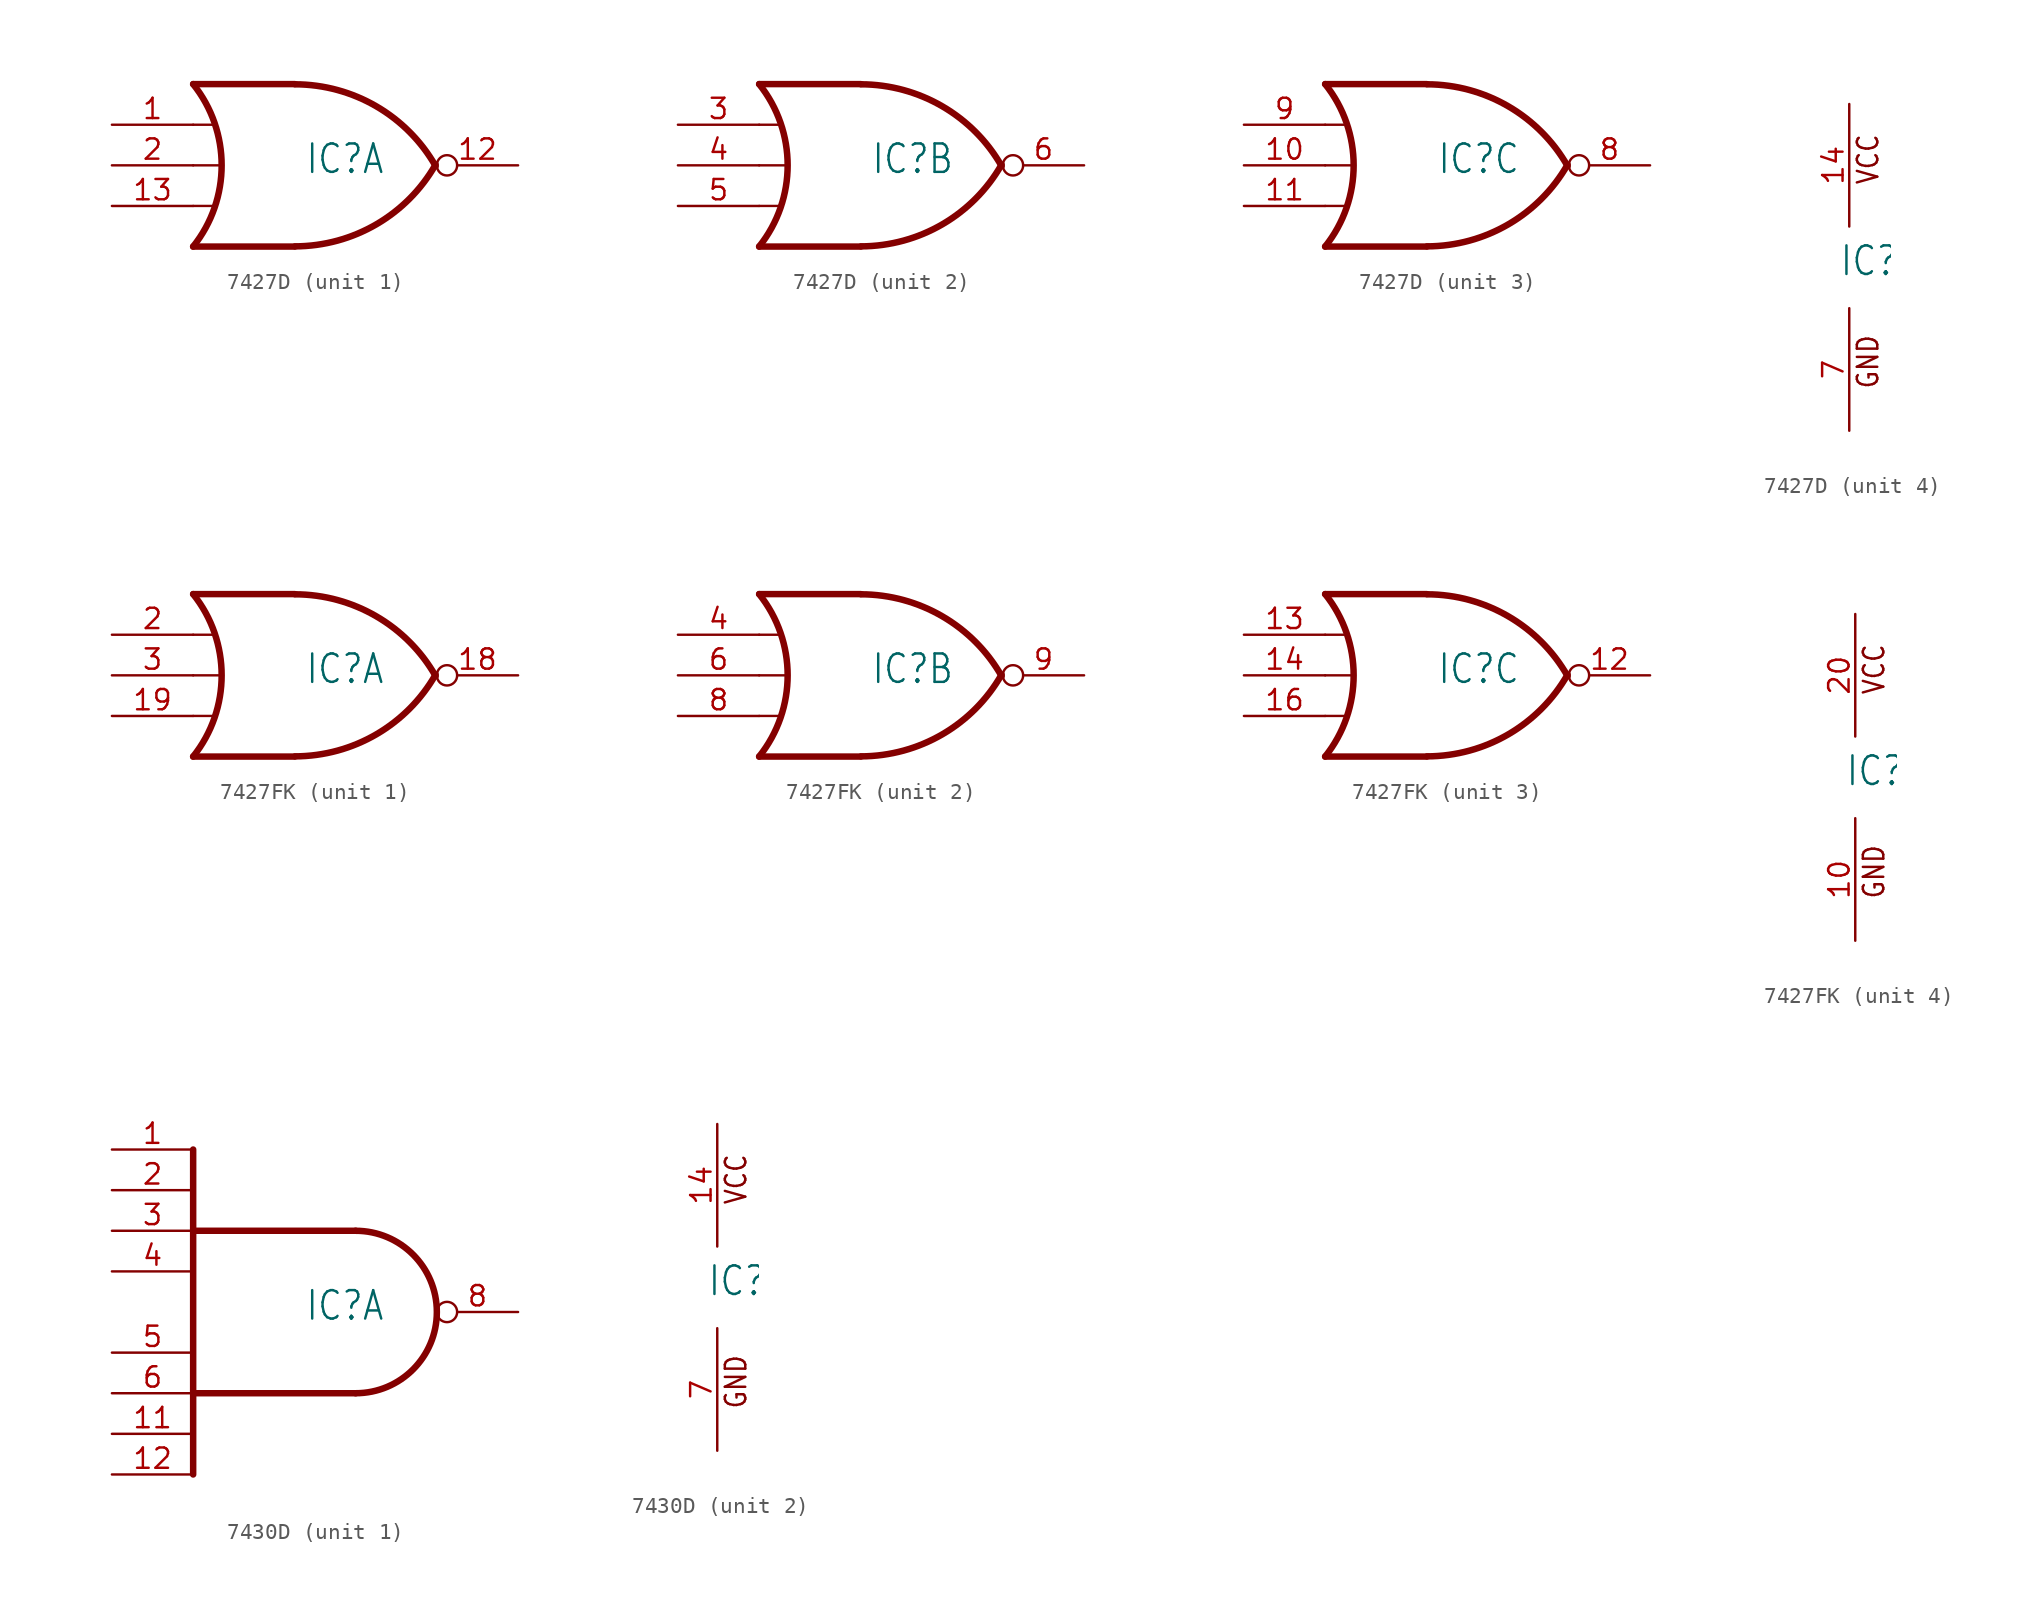
<source format=kicad_sym>
(kicad_symbol_lib
  (version 20211014)
  (generator kicad_symbol_editor)
  (symbol "7427D"
    (property "Reference" "IC"
      (at -0.635 -0.635 0)
      (effects (font (size 1.778 1.511)) (justify left bottom)))
    (property "ki_locked" ""
      (at 0 0 0)
      (effects (font (size 1.27 1.27))))
    (symbol "7427D_1_0"
      (arc (start -7.62 -5.08) (mid -5.838 0) (end -7.62 5.08) (stroke (width 0.4064) (type default) (color 0 0 0 0)) (fill (type none)))
      (arc (start -1.2446 -5.0678) (mid 3.8372 -3.689) (end 7.5439 0.0507) (stroke (width 0.4064) (type default) (color 0 0 0 0)) (fill (type none)))
      (polyline (pts (xy -7.62 -2.54) (xy -6.35 -2.54)) (stroke (width 0.152) (type default) (color 0 0 0 0)) (fill (type none)))
      (polyline (pts (xy -7.62 0) (xy -5.842 0)) (stroke (width 0.152) (type default) (color 0 0 0 0)) (fill (type none)))
      (polyline (pts (xy -7.62 2.54) (xy -6.35 2.54)) (stroke (width 0.152) (type default) (color 0 0 0 0)) (fill (type none)))
      (polyline (pts (xy -1.27 -5.08) (xy -7.62 -5.08)) (stroke (width 0.406) (type default) (color 0 0 0 0)) (fill (type none)))
      (polyline (pts (xy -1.27 5.08) (xy -7.62 5.08)) (stroke (width 0.406) (type default) (color 0 0 0 0)) (fill (type none)))
      (arc (start 7.5442 -0.0505) (mid 3.8373 3.6892) (end -1.2446 5.0678) (stroke (width 0.4064) (type default) (color 0 0 0 0)) (fill (type none)))
      (pin input line (at -12.7 2.54 0) (length 5.08) (name "I0" (effects (font (size 0 0)))) (number "1" (effects (font (size 1.27 1.27)))))
      (pin output inverted (at 12.7 0 180) (length 5.08) (name "O" (effects (font (size 0 0)))) (number "12" (effects (font (size 1.27 1.27)))))
      (pin input line (at -12.7 -2.54 0) (length 5.08) (name "I2" (effects (font (size 0 0)))) (number "13" (effects (font (size 1.27 1.27)))))
      (pin input line (at -12.7 0 0) (length 5.08) (name "I1" (effects (font (size 0 0)))) (number "2" (effects (font (size 1.27 1.27))))))
    (symbol "7427D_2_0"
      (arc (start -7.62 -5.08) (mid -5.838 0) (end -7.62 5.08) (stroke (width 0.4064) (type default) (color 0 0 0 0)) (fill (type none)))
      (arc (start -1.2446 -5.0678) (mid 3.8372 -3.689) (end 7.5439 0.0507) (stroke (width 0.4064) (type default) (color 0 0 0 0)) (fill (type none)))
      (polyline (pts (xy -7.62 -2.54) (xy -6.35 -2.54)) (stroke (width 0.152) (type default) (color 0 0 0 0)) (fill (type none)))
      (polyline (pts (xy -7.62 0) (xy -5.842 0)) (stroke (width 0.152) (type default) (color 0 0 0 0)) (fill (type none)))
      (polyline (pts (xy -7.62 2.54) (xy -6.35 2.54)) (stroke (width 0.152) (type default) (color 0 0 0 0)) (fill (type none)))
      (polyline (pts (xy -1.27 -5.08) (xy -7.62 -5.08)) (stroke (width 0.406) (type default) (color 0 0 0 0)) (fill (type none)))
      (polyline (pts (xy -1.27 5.08) (xy -7.62 5.08)) (stroke (width 0.406) (type default) (color 0 0 0 0)) (fill (type none)))
      (arc (start 7.5442 -0.0505) (mid 3.8373 3.6892) (end -1.2446 5.0678) (stroke (width 0.4064) (type default) (color 0 0 0 0)) (fill (type none)))
      (pin input line (at -12.7 2.54 0) (length 5.08) (name "I0" (effects (font (size 0 0)))) (number "3" (effects (font (size 1.27 1.27)))))
      (pin input line (at -12.7 0 0) (length 5.08) (name "I1" (effects (font (size 0 0)))) (number "4" (effects (font (size 1.27 1.27)))))
      (pin input line (at -12.7 -2.54 0) (length 5.08) (name "I2" (effects (font (size 0 0)))) (number "5" (effects (font (size 1.27 1.27)))))
      (pin output inverted (at 12.7 0 180) (length 5.08) (name "O" (effects (font (size 0 0)))) (number "6" (effects (font (size 1.27 1.27))))))
    (symbol "7427D_3_0"
      (arc (start -7.62 -5.08) (mid -5.838 0) (end -7.62 5.08) (stroke (width 0.4064) (type default) (color 0 0 0 0)) (fill (type none)))
      (arc (start -1.2446 -5.0678) (mid 3.8372 -3.689) (end 7.5439 0.0507) (stroke (width 0.4064) (type default) (color 0 0 0 0)) (fill (type none)))
      (polyline (pts (xy -7.62 -2.54) (xy -6.35 -2.54)) (stroke (width 0.152) (type default) (color 0 0 0 0)) (fill (type none)))
      (polyline (pts (xy -7.62 0) (xy -5.842 0)) (stroke (width 0.152) (type default) (color 0 0 0 0)) (fill (type none)))
      (polyline (pts (xy -7.62 2.54) (xy -6.35 2.54)) (stroke (width 0.152) (type default) (color 0 0 0 0)) (fill (type none)))
      (polyline (pts (xy -1.27 -5.08) (xy -7.62 -5.08)) (stroke (width 0.406) (type default) (color 0 0 0 0)) (fill (type none)))
      (polyline (pts (xy -1.27 5.08) (xy -7.62 5.08)) (stroke (width 0.406) (type default) (color 0 0 0 0)) (fill (type none)))
      (arc (start 7.5442 -0.0505) (mid 3.8373 3.6892) (end -1.2446 5.0678) (stroke (width 0.4064) (type default) (color 0 0 0 0)) (fill (type none)))
      (pin input line (at -12.7 0 0) (length 5.08) (name "I1" (effects (font (size 0 0)))) (number "10" (effects (font (size 1.27 1.27)))))
      (pin input line (at -12.7 -2.54 0) (length 5.08) (name "I2" (effects (font (size 0 0)))) (number "11" (effects (font (size 1.27 1.27)))))
      (pin output inverted (at 12.7 0 180) (length 5.08) (name "O" (effects (font (size 0 0)))) (number "8" (effects (font (size 1.27 1.27)))))
      (pin input line (at -12.7 2.54 0) (length 5.08) (name "I0" (effects (font (size 0 0)))) (number "9" (effects (font (size 1.27 1.27))))))
    (symbol "7427D_4_0"
      (text "GND" (at 1.905 -7.62 900) (effects (font (size 1.27 1.079)) (justify left bottom)))
      (text "VCC" (at 1.905 5.08 900) (effects (font (size 1.27 1.079)) (justify left bottom)))
      (pin power_in line (at 0 10.16 270) (length 7.62) (name "VCC" (effects (font (size 0 0)))) (number "14" (effects (font (size 1.27 1.27)))))
      (pin power_in line (at 0 -10.16 90) (length 7.62) (name "GND" (effects (font (size 0 0)))) (number "7" (effects (font (size 1.27 1.27)))))))
  (symbol "7427FK"
    (property "Reference" "IC"
      (at -0.635 -0.635 0)
      (effects (font (size 1.778 1.511)) (justify left bottom)))
    (property "ki_locked" ""
      (at 0 0 0)
      (effects (font (size 1.27 1.27))))
    (symbol "7427FK_1_0"
      (arc (start -7.62 -5.08) (mid -5.838 0) (end -7.62 5.08) (stroke (width 0.4064) (type default) (color 0 0 0 0)) (fill (type none)))
      (arc (start -1.2446 -5.0678) (mid 3.8372 -3.689) (end 7.5439 0.0507) (stroke (width 0.4064) (type default) (color 0 0 0 0)) (fill (type none)))
      (polyline (pts (xy -7.62 -2.54) (xy -6.35 -2.54)) (stroke (width 0.152) (type default) (color 0 0 0 0)) (fill (type none)))
      (polyline (pts (xy -7.62 0) (xy -5.842 0)) (stroke (width 0.152) (type default) (color 0 0 0 0)) (fill (type none)))
      (polyline (pts (xy -7.62 2.54) (xy -6.35 2.54)) (stroke (width 0.152) (type default) (color 0 0 0 0)) (fill (type none)))
      (polyline (pts (xy -1.27 -5.08) (xy -7.62 -5.08)) (stroke (width 0.406) (type default) (color 0 0 0 0)) (fill (type none)))
      (polyline (pts (xy -1.27 5.08) (xy -7.62 5.08)) (stroke (width 0.406) (type default) (color 0 0 0 0)) (fill (type none)))
      (arc (start 7.5442 -0.0505) (mid 3.8373 3.6892) (end -1.2446 5.0678) (stroke (width 0.4064) (type default) (color 0 0 0 0)) (fill (type none)))
      (pin output inverted (at 12.7 0 180) (length 5.08) (name "O" (effects (font (size 0 0)))) (number "18" (effects (font (size 1.27 1.27)))))
      (pin input line (at -12.7 -2.54 0) (length 5.08) (name "I2" (effects (font (size 0 0)))) (number "19" (effects (font (size 1.27 1.27)))))
      (pin input line (at -12.7 2.54 0) (length 5.08) (name "I0" (effects (font (size 0 0)))) (number "2" (effects (font (size 1.27 1.27)))))
      (pin input line (at -12.7 0 0) (length 5.08) (name "I1" (effects (font (size 0 0)))) (number "3" (effects (font (size 1.27 1.27))))))
    (symbol "7427FK_2_0"
      (arc (start -7.62 -5.08) (mid -5.838 0) (end -7.62 5.08) (stroke (width 0.4064) (type default) (color 0 0 0 0)) (fill (type none)))
      (arc (start -1.2446 -5.0678) (mid 3.8372 -3.689) (end 7.5439 0.0507) (stroke (width 0.4064) (type default) (color 0 0 0 0)) (fill (type none)))
      (polyline (pts (xy -7.62 -2.54) (xy -6.35 -2.54)) (stroke (width 0.152) (type default) (color 0 0 0 0)) (fill (type none)))
      (polyline (pts (xy -7.62 0) (xy -5.842 0)) (stroke (width 0.152) (type default) (color 0 0 0 0)) (fill (type none)))
      (polyline (pts (xy -7.62 2.54) (xy -6.35 2.54)) (stroke (width 0.152) (type default) (color 0 0 0 0)) (fill (type none)))
      (polyline (pts (xy -1.27 -5.08) (xy -7.62 -5.08)) (stroke (width 0.406) (type default) (color 0 0 0 0)) (fill (type none)))
      (polyline (pts (xy -1.27 5.08) (xy -7.62 5.08)) (stroke (width 0.406) (type default) (color 0 0 0 0)) (fill (type none)))
      (arc (start 7.5442 -0.0505) (mid 3.8373 3.6892) (end -1.2446 5.0678) (stroke (width 0.4064) (type default) (color 0 0 0 0)) (fill (type none)))
      (pin input line (at -12.7 2.54 0) (length 5.08) (name "I0" (effects (font (size 0 0)))) (number "4" (effects (font (size 1.27 1.27)))))
      (pin input line (at -12.7 0 0) (length 5.08) (name "I1" (effects (font (size 0 0)))) (number "6" (effects (font (size 1.27 1.27)))))
      (pin input line (at -12.7 -2.54 0) (length 5.08) (name "I2" (effects (font (size 0 0)))) (number "8" (effects (font (size 1.27 1.27)))))
      (pin output inverted (at 12.7 0 180) (length 5.08) (name "O" (effects (font (size 0 0)))) (number "9" (effects (font (size 1.27 1.27))))))
    (symbol "7427FK_3_0"
      (arc (start -7.62 -5.08) (mid -5.838 0) (end -7.62 5.08) (stroke (width 0.4064) (type default) (color 0 0 0 0)) (fill (type none)))
      (arc (start -1.2446 -5.0678) (mid 3.8372 -3.689) (end 7.5439 0.0507) (stroke (width 0.4064) (type default) (color 0 0 0 0)) (fill (type none)))
      (polyline (pts (xy -7.62 -2.54) (xy -6.35 -2.54)) (stroke (width 0.152) (type default) (color 0 0 0 0)) (fill (type none)))
      (polyline (pts (xy -7.62 0) (xy -5.842 0)) (stroke (width 0.152) (type default) (color 0 0 0 0)) (fill (type none)))
      (polyline (pts (xy -7.62 2.54) (xy -6.35 2.54)) (stroke (width 0.152) (type default) (color 0 0 0 0)) (fill (type none)))
      (polyline (pts (xy -1.27 -5.08) (xy -7.62 -5.08)) (stroke (width 0.406) (type default) (color 0 0 0 0)) (fill (type none)))
      (polyline (pts (xy -1.27 5.08) (xy -7.62 5.08)) (stroke (width 0.406) (type default) (color 0 0 0 0)) (fill (type none)))
      (arc (start 7.5442 -0.0505) (mid 3.8373 3.6892) (end -1.2446 5.0678) (stroke (width 0.4064) (type default) (color 0 0 0 0)) (fill (type none)))
      (pin output inverted (at 12.7 0 180) (length 5.08) (name "O" (effects (font (size 0 0)))) (number "12" (effects (font (size 1.27 1.27)))))
      (pin input line (at -12.7 2.54 0) (length 5.08) (name "I0" (effects (font (size 0 0)))) (number "13" (effects (font (size 1.27 1.27)))))
      (pin input line (at -12.7 0 0) (length 5.08) (name "I1" (effects (font (size 0 0)))) (number "14" (effects (font (size 1.27 1.27)))))
      (pin input line (at -12.7 -2.54 0) (length 5.08) (name "I2" (effects (font (size 0 0)))) (number "16" (effects (font (size 1.27 1.27))))))
    (symbol "7427FK_4_0"
      (text "GND" (at 1.905 -7.62 900) (effects (font (size 1.27 1.079)) (justify left bottom)))
      (text "VCC" (at 1.905 5.08 900) (effects (font (size 1.27 1.079)) (justify left bottom)))
      (pin power_in line (at 0 -10.16 90) (length 7.62) (name "GND" (effects (font (size 0 0)))) (number "10" (effects (font (size 1.27 1.27)))))
      (pin power_in line (at 0 10.16 270) (length 7.62) (name "VCC" (effects (font (size 0 0)))) (number "20" (effects (font (size 1.27 1.27)))))))
  (symbol "7430D"
    (property "Reference" "IC"
      (at -0.635 -0.635 0)
      (effects (font (size 1.778 1.511)) (justify left bottom)))
    (property "ki_locked" ""
      (at 0 0 0)
      (effects (font (size 1.27 1.27))))
    (symbol "7430D_1_0"
      (polyline (pts (xy -7.62 -5.08) (xy 2.54 -5.08)) (stroke (width 0.406) (type default) (color 0 0 0 0)) (fill (type none)))
      (polyline (pts (xy -7.62 5.08) (xy 2.54 5.08)) (stroke (width 0.406) (type default) (color 0 0 0 0)) (fill (type none)))
      (polyline (pts (xy -7.62 10.16) (xy -7.62 -10.16)) (stroke (width 0.406) (type default) (color 0 0 0 0)) (fill (type none)))
      (arc (start 2.54 -5.08) (mid 7.6199 0) (end 2.54 5.08) (stroke (width 0.4064) (type default) (color 0 0 0 0)) (fill (type none)))
      (pin input line (at -12.7 10.16 0) (length 5.08) (name "I0" (effects (font (size 0 0)))) (number "1" (effects (font (size 1.27 1.27)))))
      (pin input line (at -12.7 -7.62 0) (length 5.08) (name "I6" (effects (font (size 0 0)))) (number "11" (effects (font (size 1.27 1.27)))))
      (pin input line (at -12.7 -10.16 0) (length 5.08) (name "I7" (effects (font (size 0 0)))) (number "12" (effects (font (size 1.27 1.27)))))
      (pin input line (at -12.7 7.62 0) (length 5.08) (name "I1" (effects (font (size 0 0)))) (number "2" (effects (font (size 1.27 1.27)))))
      (pin input line (at -12.7 5.08 0) (length 5.08) (name "I2" (effects (font (size 0 0)))) (number "3" (effects (font (size 1.27 1.27)))))
      (pin input line (at -12.7 2.54 0) (length 5.08) (name "I3" (effects (font (size 0 0)))) (number "4" (effects (font (size 1.27 1.27)))))
      (pin input line (at -12.7 -2.54 0) (length 5.08) (name "I4" (effects (font (size 0 0)))) (number "5" (effects (font (size 1.27 1.27)))))
      (pin input line (at -12.7 -5.08 0) (length 5.08) (name "I5" (effects (font (size 0 0)))) (number "6" (effects (font (size 1.27 1.27)))))
      (pin output inverted (at 12.7 0 180) (length 5.08) (name "O" (effects (font (size 0 0)))) (number "8" (effects (font (size 1.27 1.27))))))
    (symbol "7430D_2_0"
      (text "GND" (at 1.905 -7.62 900) (effects (font (size 1.27 1.079)) (justify left bottom)))
      (text "VCC" (at 1.905 5.08 900) (effects (font (size 1.27 1.079)) (justify left bottom)))
      (pin power_in line (at 0 10.16 270) (length 7.62) (name "VCC" (effects (font (size 0 0)))) (number "14" (effects (font (size 1.27 1.27)))))
      (pin power_in line (at 0 -10.16 90) (length 7.62) (name "GND" (effects (font (size 0 0)))) (number "7" (effects (font (size 1.27 1.27))))))))
</source>
